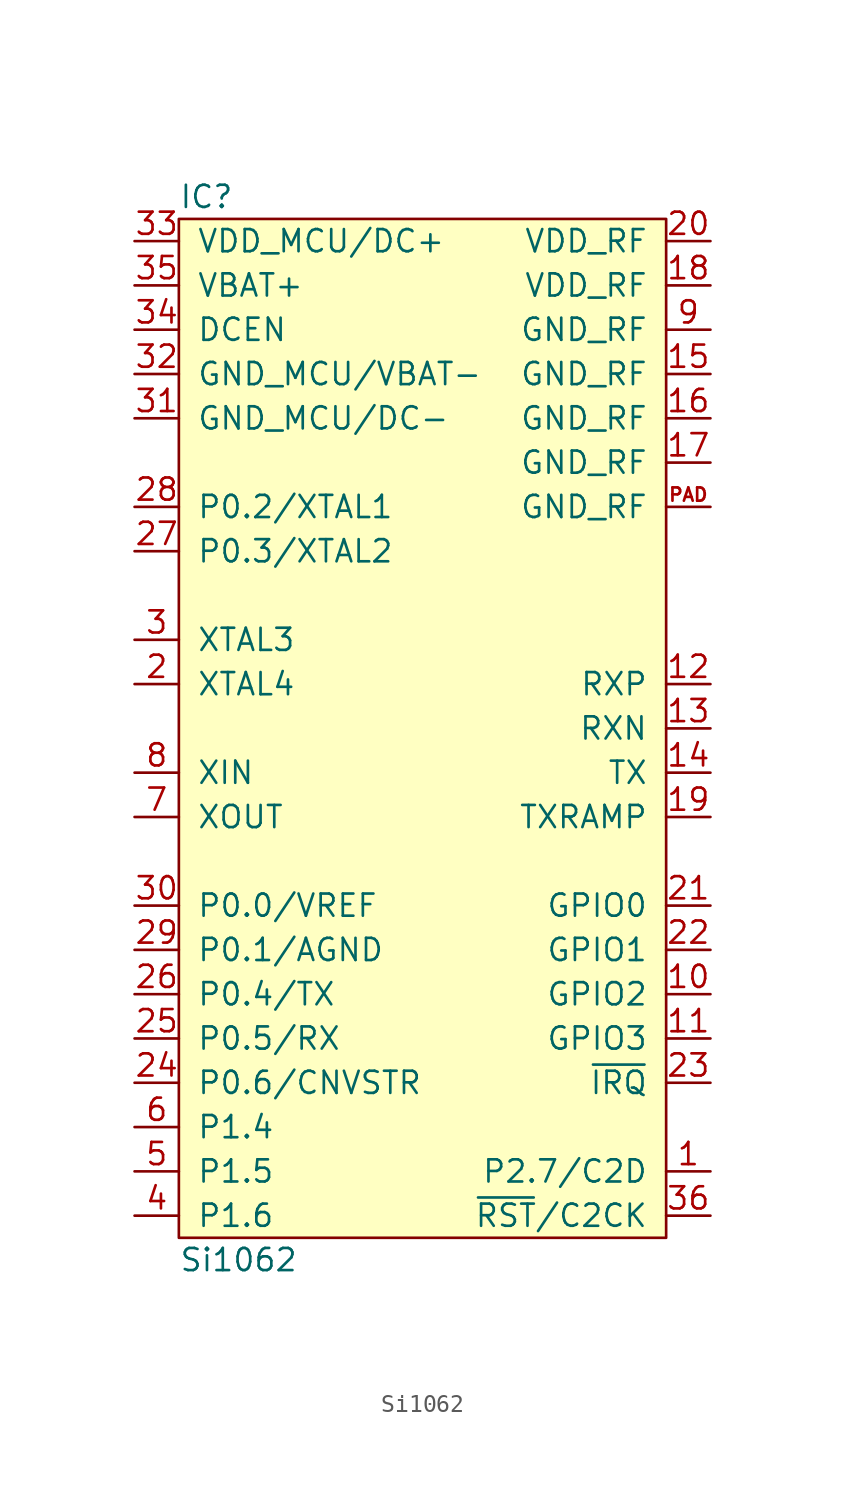
<source format=kicad_sym>
(kicad_symbol_lib
  (version 20211014)
  (generator kicad_symbol_editor)
  (symbol "Si1062"
    (pin_names
      (offset 1.016))
    (property "Reference" "IC"
      (at -12.7 27.94 0)
      (effects (font (size 1.27 1.27)) (justify left)))
    (property "Value" "Si1062"
      (at -12.7 -33.02 0)
      (effects (font (size 1.27 1.27)) (justify left)))
    (symbol "Si1062_0_1"
      (rectangle (start -12.7 26.67) (end 15.24 -31.75) (stroke (width 0) (type default) (color 0 0 0 0)) (fill (type background))))
    (symbol "Si1062_1_1"
      (pin tri_state line (at 17.78 -27.94 180) (length 2.54) (name "P2.7/C2D" (effects (font (size 1.27 1.27)))) (number "1" (effects (font (size 1.27 1.27)))))
      (pin tri_state line (at 17.78 -17.78 180) (length 2.54) (name "GPIO2" (effects (font (size 1.27 1.27)))) (number "10" (effects (font (size 1.27 1.27)))))
      (pin tri_state line (at 17.78 -20.32 180) (length 2.54) (name "GPIO3" (effects (font (size 1.27 1.27)))) (number "11" (effects (font (size 1.27 1.27)))))
      (pin input line (at 17.78 0 180) (length 2.54) (name "RXP" (effects (font (size 1.27 1.27)))) (number "12" (effects (font (size 1.27 1.27)))))
      (pin input line (at 17.78 -2.54 180) (length 2.54) (name "RXN" (effects (font (size 1.27 1.27)))) (number "13" (effects (font (size 1.27 1.27)))))
      (pin output line (at 17.78 -5.08 180) (length 2.54) (name "TX" (effects (font (size 1.27 1.27)))) (number "14" (effects (font (size 1.27 1.27)))))
      (pin power_in line (at 17.78 17.78 180) (length 2.54) (name "GND_RF" (effects (font (size 1.27 1.27)))) (number "15" (effects (font (size 1.27 1.27)))))
      (pin power_in line (at 17.78 15.24 180) (length 2.54) (name "GND_RF" (effects (font (size 1.27 1.27)))) (number "16" (effects (font (size 1.27 1.27)))))
      (pin power_in line (at 17.78 12.7 180) (length 2.54) (name "GND_RF" (effects (font (size 1.27 1.27)))) (number "17" (effects (font (size 1.27 1.27)))))
      (pin power_in line (at 17.78 22.86 180) (length 2.54) (name "VDD_RF" (effects (font (size 1.27 1.27)))) (number "18" (effects (font (size 1.27 1.27)))))
      (pin output line (at 17.78 -7.62 180) (length 2.54) (name "TXRAMP" (effects (font (size 1.27 1.27)))) (number "19" (effects (font (size 1.27 1.27)))))
      (pin output line (at -15.24 0 0) (length 2.54) (name "XTAL4" (effects (font (size 1.27 1.27)))) (number "2" (effects (font (size 1.27 1.27)))))
      (pin power_in line (at 17.78 25.4 180) (length 2.54) (name "VDD_RF" (effects (font (size 1.27 1.27)))) (number "20" (effects (font (size 1.27 1.27)))))
      (pin tri_state line (at 17.78 -12.7 180) (length 2.54) (name "GPIO0" (effects (font (size 1.27 1.27)))) (number "21" (effects (font (size 1.27 1.27)))))
      (pin tri_state line (at 17.78 -15.24 180) (length 2.54) (name "GPIO1" (effects (font (size 1.27 1.27)))) (number "22" (effects (font (size 1.27 1.27)))))
      (pin open_collector line (at 17.78 -22.86 180) (length 2.54) (name "~{IRQ}" (effects (font (size 1.27 1.27)))) (number "23" (effects (font (size 1.27 1.27)))))
      (pin tri_state line (at -15.24 -22.86 0) (length 2.54) (name "P0.6/CNVSTR" (effects (font (size 1.27 1.27)))) (number "24" (effects (font (size 1.27 1.27)))))
      (pin tri_state line (at -15.24 -20.32 0) (length 2.54) (name "P0.5/RX" (effects (font (size 1.27 1.27)))) (number "25" (effects (font (size 1.27 1.27)))))
      (pin tri_state line (at -15.24 -17.78 0) (length 2.54) (name "P0.4/TX" (effects (font (size 1.27 1.27)))) (number "26" (effects (font (size 1.27 1.27)))))
      (pin tri_state line (at -15.24 7.62 0) (length 2.54) (name "P0.3/XTAL2" (effects (font (size 1.27 1.27)))) (number "27" (effects (font (size 1.27 1.27)))))
      (pin tri_state line (at -15.24 10.16 0) (length 2.54) (name "P0.2/XTAL1" (effects (font (size 1.27 1.27)))) (number "28" (effects (font (size 1.27 1.27)))))
      (pin passive line (at -15.24 -15.24 0) (length 2.54) (name "P0.1/AGND" (effects (font (size 1.27 1.27)))) (number "29" (effects (font (size 1.27 1.27)))))
      (pin input line (at -15.24 2.54 0) (length 2.54) (name "XTAL3" (effects (font (size 1.27 1.27)))) (number "3" (effects (font (size 1.27 1.27)))))
      (pin passive line (at -15.24 -12.7 0) (length 2.54) (name "P0.0/VREF" (effects (font (size 1.27 1.27)))) (number "30" (effects (font (size 1.27 1.27)))))
      (pin power_in line (at -15.24 15.24 0) (length 2.54) (name "GND_MCU/DC-" (effects (font (size 1.27 1.27)))) (number "31" (effects (font (size 1.27 1.27)))))
      (pin power_in line (at -15.24 17.78 0) (length 2.54) (name "GND_MCU/VBAT-" (effects (font (size 1.27 1.27)))) (number "32" (effects (font (size 1.27 1.27)))))
      (pin power_in line (at -15.24 25.4 0) (length 2.54) (name "VDD_MCU/DC+" (effects (font (size 1.27 1.27)))) (number "33" (effects (font (size 1.27 1.27)))))
      (pin input line (at -15.24 20.32 0) (length 2.54) (name "DCEN" (effects (font (size 1.27 1.27)))) (number "34" (effects (font (size 1.27 1.27)))))
      (pin power_in line (at -15.24 22.86 0) (length 2.54) (name "VBAT+" (effects (font (size 1.27 1.27)))) (number "35" (effects (font (size 1.27 1.27)))))
      (pin input line (at 17.78 -30.48 180) (length 2.54) (name "~{RST}/C2CK" (effects (font (size 1.27 1.27)))) (number "36" (effects (font (size 1.27 1.27)))))
      (pin tri_state line (at -15.24 -30.48 0) (length 2.54) (name "P1.6" (effects (font (size 1.27 1.27)))) (number "4" (effects (font (size 1.27 1.27)))))
      (pin tri_state line (at -15.24 -27.94 0) (length 2.54) (name "P1.5" (effects (font (size 1.27 1.27)))) (number "5" (effects (font (size 1.27 1.27)))))
      (pin tri_state line (at -15.24 -25.4 0) (length 2.54) (name "P1.4" (effects (font (size 1.27 1.27)))) (number "6" (effects (font (size 1.27 1.27)))))
      (pin output line (at -15.24 -7.62 0) (length 2.54) (name "XOUT" (effects (font (size 1.27 1.27)))) (number "7" (effects (font (size 1.27 1.27)))))
      (pin input line (at -15.24 -5.08 0) (length 2.54) (name "XIN" (effects (font (size 1.27 1.27)))) (number "8" (effects (font (size 1.27 1.27)))))
      (pin power_in line (at 17.78 20.32 180) (length 2.54) (name "GND_RF" (effects (font (size 1.27 1.27)))) (number "9" (effects (font (size 1.27 1.27)))))
      (pin power_in line (at 17.78 10.16 180) (length 2.54) (name "GND_RF" (effects (font (size 1.27 1.27)))) (number "PAD" (effects (font (size 0.762 0.762))))))))
</source>
